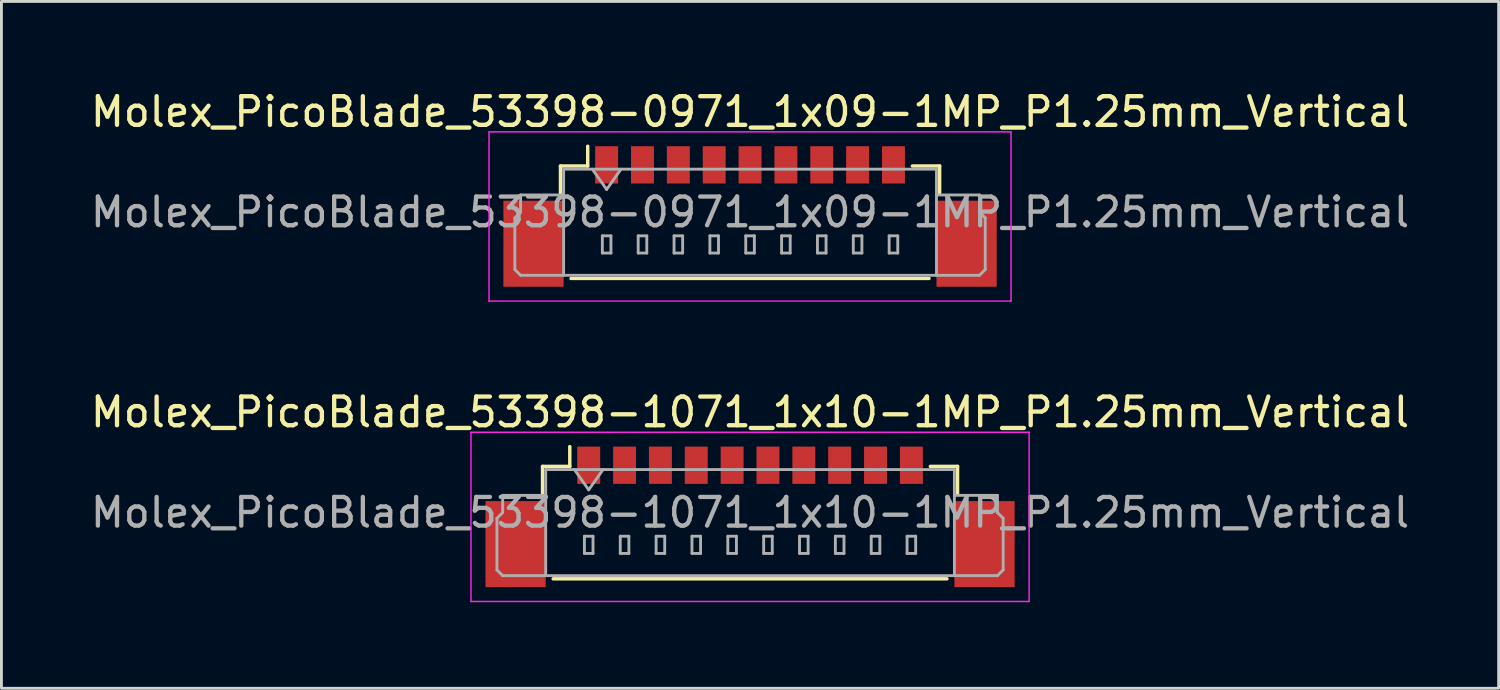
<source format=kicad_pcb>
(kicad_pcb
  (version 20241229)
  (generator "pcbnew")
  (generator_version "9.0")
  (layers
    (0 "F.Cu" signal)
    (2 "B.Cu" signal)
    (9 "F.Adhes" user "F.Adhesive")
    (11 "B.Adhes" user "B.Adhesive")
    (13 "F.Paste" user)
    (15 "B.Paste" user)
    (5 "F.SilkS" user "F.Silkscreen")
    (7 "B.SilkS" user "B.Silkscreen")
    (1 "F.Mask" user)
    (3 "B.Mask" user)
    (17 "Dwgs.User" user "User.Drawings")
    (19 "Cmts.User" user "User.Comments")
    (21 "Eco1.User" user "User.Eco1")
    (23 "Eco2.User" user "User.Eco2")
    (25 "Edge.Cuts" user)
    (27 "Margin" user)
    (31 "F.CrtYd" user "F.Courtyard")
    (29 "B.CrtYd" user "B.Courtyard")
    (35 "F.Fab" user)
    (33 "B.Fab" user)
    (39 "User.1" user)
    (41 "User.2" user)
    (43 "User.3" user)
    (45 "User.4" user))
  (footprint "Molex_PicoBlade_53398-0971_1x09-1MP_P1.25mm_Vertical"
    (layer "F.Cu")
    (at 23.101 3.948)
    (property "Reference" "Molex_PicoBlade_53398-0971_1x09-1MP_P1.25mm_Vertical" (at 0 -3.1 0) (layer "F.SilkS") (effects (font (size 1 1) (thickness 0.15))))
    (attr smd)
    (fp_line (start -6.61 -1.21) (end -5.66 -1.21) (stroke (width 0.12) (type solid)) (layer "F.SilkS"))
    (fp_line (start -6.61 -0.26) (end -6.61 -1.21) (stroke (width 0.12) (type solid)) (layer "F.SilkS"))
    (fp_line (start -6.24 2.71) (end 6.24 2.71) (stroke (width 0.12) (type solid)) (layer "F.SilkS"))
    (fp_line (start -5.66 -1.21) (end -5.66 -1.9) (stroke (width 0.12) (type solid)) (layer "F.SilkS"))
    (fp_line (start 6.61 -1.21) (end 5.66 -1.21) (stroke (width 0.12) (type solid)) (layer "F.SilkS"))
    (fp_line (start 6.61 -0.26) (end 6.61 -1.21) (stroke (width 0.12) (type solid)) (layer "F.SilkS"))
    (fp_line (start -9.1 -2.4) (end -9.1 3.5) (stroke (width 0.05) (type solid)) (layer "F.CrtYd"))
    (fp_line (start -9.1 3.5) (end 9.1 3.5) (stroke (width 0.05) (type solid)) (layer "F.CrtYd"))
    (fp_line (start 9.1 -2.4) (end -9.1 -2.4) (stroke (width 0.05) (type solid)) (layer "F.CrtYd"))
    (fp_line (start 9.1 3.5) (end 9.1 -2.4) (stroke (width 0.05) (type solid)) (layer "F.CrtYd"))
    (fp_line (start -8.2 0.6) (end -8 0.4) (stroke (width 0.1) (type solid)) (layer "F.Fab"))
    (fp_line (start -8.2 2.4) (end -8.2 0.6) (stroke (width 0.1) (type solid)) (layer "F.Fab"))
    (fp_line (start -8 -0.2) (end -6.5 -0.2) (stroke (width 0.1) (type solid)) (layer "F.Fab"))
    (fp_line (start -8 0.4) (end -8 -0.2) (stroke (width 0.1) (type solid)) (layer "F.Fab"))
    (fp_line (start -8 2.6) (end -8.2 2.4) (stroke (width 0.1) (type solid)) (layer "F.Fab"))
    (fp_line (start -6.5 -1.1) (end -6.5 2.6) (stroke (width 0.1) (type solid)) (layer "F.Fab"))
    (fp_line (start -6.5 -1.1) (end 6.5 -1.1) (stroke (width 0.1) (type solid)) (layer "F.Fab"))
    (fp_line (start -6.5 2.6) (end -8 2.6) (stroke (width 0.1) (type solid)) (layer "F.Fab"))
    (fp_line (start -6.5 2.6) (end 6.5 2.6) (stroke (width 0.1) (type solid)) (layer "F.Fab"))
    (fp_line (start -5.5 -1.1) (end -5 -0.393) (stroke (width 0.1) (type solid)) (layer "F.Fab"))
    (fp_line (start -5.15 1.225) (end -5.15 1.825) (stroke (width 0.1) (type solid)) (layer "F.Fab"))
    (fp_line (start -5.15 1.825) (end -4.85 1.825) (stroke (width 0.1) (type solid)) (layer "F.Fab"))
    (fp_line (start -5 -0.393) (end -4.5 -1.1) (stroke (width 0.1) (type solid)) (layer "F.Fab"))
    (fp_line (start -4.85 1.225) (end -5.15 1.225) (stroke (width 0.1) (type solid)) (layer "F.Fab"))
    (fp_line (start -4.85 1.825) (end -4.85 1.225) (stroke (width 0.1) (type solid)) (layer "F.Fab"))
    (fp_line (start -3.9 1.225) (end -3.9 1.825) (stroke (width 0.1) (type solid)) (layer "F.Fab"))
    (fp_line (start -3.9 1.825) (end -3.6 1.825) (stroke (width 0.1) (type solid)) (layer "F.Fab"))
    (fp_line (start -3.6 1.225) (end -3.9 1.225) (stroke (width 0.1) (type solid)) (layer "F.Fab"))
    (fp_line (start -3.6 1.825) (end -3.6 1.225) (stroke (width 0.1) (type solid)) (layer "F.Fab"))
    (fp_line (start -2.65 1.225) (end -2.65 1.825) (stroke (width 0.1) (type solid)) (layer "F.Fab"))
    (fp_line (start -2.65 1.825) (end -2.35 1.825) (stroke (width 0.1) (type solid)) (layer "F.Fab"))
    (fp_line (start -2.35 1.225) (end -2.65 1.225) (stroke (width 0.1) (type solid)) (layer "F.Fab"))
    (fp_line (start -2.35 1.825) (end -2.35 1.225) (stroke (width 0.1) (type solid)) (layer "F.Fab"))
    (fp_line (start -1.4 1.225) (end -1.4 1.825) (stroke (width 0.1) (type solid)) (layer "F.Fab"))
    (fp_line (start -1.4 1.825) (end -1.1 1.825) (stroke (width 0.1) (type solid)) (layer "F.Fab"))
    (fp_line (start -1.1 1.225) (end -1.4 1.225) (stroke (width 0.1) (type solid)) (layer "F.Fab"))
    (fp_line (start -1.1 1.825) (end -1.1 1.225) (stroke (width 0.1) (type solid)) (layer "F.Fab"))
    (fp_line (start -0.15 1.225) (end -0.15 1.825) (stroke (width 0.1) (type solid)) (layer "F.Fab"))
    (fp_line (start -0.15 1.825) (end 0.15 1.825) (stroke (width 0.1) (type solid)) (layer "F.Fab"))
    (fp_line (start 0.15 1.225) (end -0.15 1.225) (stroke (width 0.1) (type solid)) (layer "F.Fab"))
    (fp_line (start 0.15 1.825) (end 0.15 1.225) (stroke (width 0.1) (type solid)) (layer "F.Fab"))
    (fp_line (start 1.1 1.225) (end 1.1 1.825) (stroke (width 0.1) (type solid)) (layer "F.Fab"))
    (fp_line (start 1.1 1.825) (end 1.4 1.825) (stroke (width 0.1) (type solid)) (layer "F.Fab"))
    (fp_line (start 1.4 1.225) (end 1.1 1.225) (stroke (width 0.1) (type solid)) (layer "F.Fab"))
    (fp_line (start 1.4 1.825) (end 1.4 1.225) (stroke (width 0.1) (type solid)) (layer "F.Fab"))
    (fp_line (start 2.35 1.225) (end 2.35 1.825) (stroke (width 0.1) (type solid)) (layer "F.Fab"))
    (fp_line (start 2.35 1.825) (end 2.65 1.825) (stroke (width 0.1) (type solid)) (layer "F.Fab"))
    (fp_line (start 2.65 1.225) (end 2.35 1.225) (stroke (width 0.1) (type solid)) (layer "F.Fab"))
    (fp_line (start 2.65 1.825) (end 2.65 1.225) (stroke (width 0.1) (type solid)) (layer "F.Fab"))
    (fp_line (start 3.6 1.225) (end 3.6 1.825) (stroke (width 0.1) (type solid)) (layer "F.Fab"))
    (fp_line (start 3.6 1.825) (end 3.9 1.825) (stroke (width 0.1) (type solid)) (layer "F.Fab"))
    (fp_line (start 3.9 1.225) (end 3.6 1.225) (stroke (width 0.1) (type solid)) (layer "F.Fab"))
    (fp_line (start 3.9 1.825) (end 3.9 1.225) (stroke (width 0.1) (type solid)) (layer "F.Fab"))
    (fp_line (start 4.85 1.225) (end 4.85 1.825) (stroke (width 0.1) (type solid)) (layer "F.Fab"))
    (fp_line (start 4.85 1.825) (end 5.15 1.825) (stroke (width 0.1) (type solid)) (layer "F.Fab"))
    (fp_line (start 5.15 1.225) (end 4.85 1.225) (stroke (width 0.1) (type solid)) (layer "F.Fab"))
    (fp_line (start 5.15 1.825) (end 5.15 1.225) (stroke (width 0.1) (type solid)) (layer "F.Fab"))
    (fp_line (start 6.5 -1.1) (end 6.5 2.6) (stroke (width 0.1) (type solid)) (layer "F.Fab"))
    (fp_line (start 6.5 2.6) (end 8 2.6) (stroke (width 0.1) (type solid)) (layer "F.Fab"))
    (fp_line (start 8 -0.2) (end 6.5 -0.2) (stroke (width 0.1) (type solid)) (layer "F.Fab"))
    (fp_line (start 8 0.4) (end 8 -0.2) (stroke (width 0.1) (type solid)) (layer "F.Fab"))
    (fp_line (start 8 2.6) (end 8.2 2.4) (stroke (width 0.1) (type solid)) (layer "F.Fab"))
    (fp_line (start 8.2 0.6) (end 8 0.4) (stroke (width 0.1) (type solid)) (layer "F.Fab"))
    (fp_line (start 8.2 2.4) (end 8.2 0.6) (stroke (width 0.1) (type solid)) (layer "F.Fab"))
    (fp_text user "${REFERENCE}" (at 0 0.4 0) (layer "F.Fab") (effects (font (size 1 1) (thickness 0.15))))
    (pad "1" smd rect (at -5 -1.25) (size 0.8 1.3) (layers "F.Cu" "F.Mask" "F.Paste"))
    (pad "2" smd rect (at -3.75 -1.25) (size 0.8 1.3) (layers "F.Cu" "F.Mask" "F.Paste"))
    (pad "3" smd rect (at -2.5 -1.25) (size 0.8 1.3) (layers "F.Cu" "F.Mask" "F.Paste"))
    (pad "4" smd rect (at -1.25 -1.25) (size 0.8 1.3) (layers "F.Cu" "F.Mask" "F.Paste"))
    (pad "5" smd rect (at 0 -1.25) (size 0.8 1.3) (layers "F.Cu" "F.Mask" "F.Paste"))
    (pad "6" smd rect (at 1.25 -1.25) (size 0.8 1.3) (layers "F.Cu" "F.Mask" "F.Paste"))
    (pad "7" smd rect (at 2.5 -1.25) (size 0.8 1.3) (layers "F.Cu" "F.Mask" "F.Paste"))
    (pad "8" smd rect (at 3.75 -1.25) (size 0.8 1.3) (layers "F.Cu" "F.Mask" "F.Paste"))
    (pad "9" smd rect (at 5 -1.25) (size 0.8 1.3) (layers "F.Cu" "F.Mask" "F.Paste"))
    (pad "MP" smd rect (at -7.55 1.5) (size 2.1 3) (layers "F.Cu" "F.Mask" "F.Paste"))
    (pad "MP" smd rect (at 7.55 1.5) (size 2.1 3) (layers "F.Cu" "F.Mask" "F.Paste")))
  (footprint "Molex_PicoBlade_53398-1071_1x10-1MP_P1.25mm_Vertical"
    (layer "F.Cu")
    (at 23.101 14.421)
    (property "Reference" "Molex_PicoBlade_53398-1071_1x10-1MP_P1.25mm_Vertical" (at 0 -3.1 0) (layer "F.SilkS") (effects (font (size 1 1) (thickness 0.15))))
    (attr smd)
    (fp_line (start -7.235 -1.21) (end -6.285 -1.21) (stroke (width 0.12) (type solid)) (layer "F.SilkS"))
    (fp_line (start -7.235 -0.26) (end -7.235 -1.21) (stroke (width 0.12) (type solid)) (layer "F.SilkS"))
    (fp_line (start -6.865 2.71) (end 6.865 2.71) (stroke (width 0.12) (type solid)) (layer "F.SilkS"))
    (fp_line (start -6.285 -1.21) (end -6.285 -1.9) (stroke (width 0.12) (type solid)) (layer "F.SilkS"))
    (fp_line (start 7.235 -1.21) (end 6.285 -1.21) (stroke (width 0.12) (type solid)) (layer "F.SilkS"))
    (fp_line (start 7.235 -0.26) (end 7.235 -1.21) (stroke (width 0.12) (type solid)) (layer "F.SilkS"))
    (fp_line (start -9.73 -2.4) (end -9.73 3.5) (stroke (width 0.05) (type solid)) (layer "F.CrtYd"))
    (fp_line (start -9.73 3.5) (end 9.73 3.5) (stroke (width 0.05) (type solid)) (layer "F.CrtYd"))
    (fp_line (start 9.73 -2.4) (end -9.73 -2.4) (stroke (width 0.05) (type solid)) (layer "F.CrtYd"))
    (fp_line (start 9.73 3.5) (end 9.73 -2.4) (stroke (width 0.05) (type solid)) (layer "F.CrtYd"))
    (fp_line (start -8.825 0.6) (end -8.625 0.4) (stroke (width 0.1) (type solid)) (layer "F.Fab"))
    (fp_line (start -8.825 2.4) (end -8.825 0.6) (stroke (width 0.1) (type solid)) (layer "F.Fab"))
    (fp_line (start -8.625 -0.2) (end -7.125 -0.2) (stroke (width 0.1) (type solid)) (layer "F.Fab"))
    (fp_line (start -8.625 0.4) (end -8.625 -0.2) (stroke (width 0.1) (type solid)) (layer "F.Fab"))
    (fp_line (start -8.625 2.6) (end -8.825 2.4) (stroke (width 0.1) (type solid)) (layer "F.Fab"))
    (fp_line (start -7.125 -1.1) (end -7.125 2.6) (stroke (width 0.1) (type solid)) (layer "F.Fab"))
    (fp_line (start -7.125 -1.1) (end 7.125 -1.1) (stroke (width 0.1) (type solid)) (layer "F.Fab"))
    (fp_line (start -7.125 2.6) (end -8.625 2.6) (stroke (width 0.1) (type solid)) (layer "F.Fab"))
    (fp_line (start -7.125 2.6) (end 7.125 2.6) (stroke (width 0.1) (type solid)) (layer "F.Fab"))
    (fp_line (start -6.125 -1.1) (end -5.625 -0.393) (stroke (width 0.1) (type solid)) (layer "F.Fab"))
    (fp_line (start -5.775 1.225) (end -5.775 1.825) (stroke (width 0.1) (type solid)) (layer "F.Fab"))
    (fp_line (start -5.775 1.825) (end -5.475 1.825) (stroke (width 0.1) (type solid)) (layer "F.Fab"))
    (fp_line (start -5.625 -0.393) (end -5.125 -1.1) (stroke (width 0.1) (type solid)) (layer "F.Fab"))
    (fp_line (start -5.475 1.225) (end -5.775 1.225) (stroke (width 0.1) (type solid)) (layer "F.Fab"))
    (fp_line (start -5.475 1.825) (end -5.475 1.225) (stroke (width 0.1) (type solid)) (layer "F.Fab"))
    (fp_line (start -4.525 1.225) (end -4.525 1.825) (stroke (width 0.1) (type solid)) (layer "F.Fab"))
    (fp_line (start -4.525 1.825) (end -4.225 1.825) (stroke (width 0.1) (type solid)) (layer "F.Fab"))
    (fp_line (start -4.225 1.225) (end -4.525 1.225) (stroke (width 0.1) (type solid)) (layer "F.Fab"))
    (fp_line (start -4.225 1.825) (end -4.225 1.225) (stroke (width 0.1) (type solid)) (layer "F.Fab"))
    (fp_line (start -3.275 1.225) (end -3.275 1.825) (stroke (width 0.1) (type solid)) (layer "F.Fab"))
    (fp_line (start -3.275 1.825) (end -2.975 1.825) (stroke (width 0.1) (type solid)) (layer "F.Fab"))
    (fp_line (start -2.975 1.225) (end -3.275 1.225) (stroke (width 0.1) (type solid)) (layer "F.Fab"))
    (fp_line (start -2.975 1.825) (end -2.975 1.225) (stroke (width 0.1) (type solid)) (layer "F.Fab"))
    (fp_line (start -2.025 1.225) (end -2.025 1.825) (stroke (width 0.1) (type solid)) (layer "F.Fab"))
    (fp_line (start -2.025 1.825) (end -1.725 1.825) (stroke (width 0.1) (type solid)) (layer "F.Fab"))
    (fp_line (start -1.725 1.225) (end -2.025 1.225) (stroke (width 0.1) (type solid)) (layer "F.Fab"))
    (fp_line (start -1.725 1.825) (end -1.725 1.225) (stroke (width 0.1) (type solid)) (layer "F.Fab"))
    (fp_line (start -0.775 1.225) (end -0.775 1.825) (stroke (width 0.1) (type solid)) (layer "F.Fab"))
    (fp_line (start -0.775 1.825) (end -0.475 1.825) (stroke (width 0.1) (type solid)) (layer "F.Fab"))
    (fp_line (start -0.475 1.225) (end -0.775 1.225) (stroke (width 0.1) (type solid)) (layer "F.Fab"))
    (fp_line (start -0.475 1.825) (end -0.475 1.225) (stroke (width 0.1) (type solid)) (layer "F.Fab"))
    (fp_line (start 0.475 1.225) (end 0.475 1.825) (stroke (width 0.1) (type solid)) (layer "F.Fab"))
    (fp_line (start 0.475 1.825) (end 0.775 1.825) (stroke (width 0.1) (type solid)) (layer "F.Fab"))
    (fp_line (start 0.775 1.225) (end 0.475 1.225) (stroke (width 0.1) (type solid)) (layer "F.Fab"))
    (fp_line (start 0.775 1.825) (end 0.775 1.225) (stroke (width 0.1) (type solid)) (layer "F.Fab"))
    (fp_line (start 1.725 1.225) (end 1.725 1.825) (stroke (width 0.1) (type solid)) (layer "F.Fab"))
    (fp_line (start 1.725 1.825) (end 2.025 1.825) (stroke (width 0.1) (type solid)) (layer "F.Fab"))
    (fp_line (start 2.025 1.225) (end 1.725 1.225) (stroke (width 0.1) (type solid)) (layer "F.Fab"))
    (fp_line (start 2.025 1.825) (end 2.025 1.225) (stroke (width 0.1) (type solid)) (layer "F.Fab"))
    (fp_line (start 2.975 1.225) (end 2.975 1.825) (stroke (width 0.1) (type solid)) (layer "F.Fab"))
    (fp_line (start 2.975 1.825) (end 3.275 1.825) (stroke (width 0.1) (type solid)) (layer "F.Fab"))
    (fp_line (start 3.275 1.225) (end 2.975 1.225) (stroke (width 0.1) (type solid)) (layer "F.Fab"))
    (fp_line (start 3.275 1.825) (end 3.275 1.225) (stroke (width 0.1) (type solid)) (layer "F.Fab"))
    (fp_line (start 4.225 1.225) (end 4.225 1.825) (stroke (width 0.1) (type solid)) (layer "F.Fab"))
    (fp_line (start 4.225 1.825) (end 4.525 1.825) (stroke (width 0.1) (type solid)) (layer "F.Fab"))
    (fp_line (start 4.525 1.225) (end 4.225 1.225) (stroke (width 0.1) (type solid)) (layer "F.Fab"))
    (fp_line (start 4.525 1.825) (end 4.525 1.225) (stroke (width 0.1) (type solid)) (layer "F.Fab"))
    (fp_line (start 5.475 1.225) (end 5.475 1.825) (stroke (width 0.1) (type solid)) (layer "F.Fab"))
    (fp_line (start 5.475 1.825) (end 5.775 1.825) (stroke (width 0.1) (type solid)) (layer "F.Fab"))
    (fp_line (start 5.775 1.225) (end 5.475 1.225) (stroke (width 0.1) (type solid)) (layer "F.Fab"))
    (fp_line (start 5.775 1.825) (end 5.775 1.225) (stroke (width 0.1) (type solid)) (layer "F.Fab"))
    (fp_line (start 7.125 -1.1) (end 7.125 2.6) (stroke (width 0.1) (type solid)) (layer "F.Fab"))
    (fp_line (start 7.125 2.6) (end 8.625 2.6) (stroke (width 0.1) (type solid)) (layer "F.Fab"))
    (fp_line (start 8.625 -0.2) (end 7.125 -0.2) (stroke (width 0.1) (type solid)) (layer "F.Fab"))
    (fp_line (start 8.625 0.4) (end 8.625 -0.2) (stroke (width 0.1) (type solid)) (layer "F.Fab"))
    (fp_line (start 8.625 2.6) (end 8.825 2.4) (stroke (width 0.1) (type solid)) (layer "F.Fab"))
    (fp_line (start 8.825 0.6) (end 8.625 0.4) (stroke (width 0.1) (type solid)) (layer "F.Fab"))
    (fp_line (start 8.825 2.4) (end 8.825 0.6) (stroke (width 0.1) (type solid)) (layer "F.Fab"))
    (fp_text user "${REFERENCE}" (at 0 0.4 0) (layer "F.Fab") (effects (font (size 1 1) (thickness 0.15))))
    (pad "1" smd rect (at -5.625 -1.25) (size 0.8 1.3) (layers "F.Cu" "F.Mask" "F.Paste"))
    (pad "2" smd rect (at -4.375 -1.25) (size 0.8 1.3) (layers "F.Cu" "F.Mask" "F.Paste"))
    (pad "3" smd rect (at -3.125 -1.25) (size 0.8 1.3) (layers "F.Cu" "F.Mask" "F.Paste"))
    (pad "4" smd rect (at -1.875 -1.25) (size 0.8 1.3) (layers "F.Cu" "F.Mask" "F.Paste"))
    (pad "5" smd rect (at -0.625 -1.25) (size 0.8 1.3) (layers "F.Cu" "F.Mask" "F.Paste"))
    (pad "6" smd rect (at 0.625 -1.25) (size 0.8 1.3) (layers "F.Cu" "F.Mask" "F.Paste"))
    (pad "7" smd rect (at 1.875 -1.25) (size 0.8 1.3) (layers "F.Cu" "F.Mask" "F.Paste"))
    (pad "8" smd rect (at 3.125 -1.25) (size 0.8 1.3) (layers "F.Cu" "F.Mask" "F.Paste"))
    (pad "9" smd rect (at 4.375 -1.25) (size 0.8 1.3) (layers "F.Cu" "F.Mask" "F.Paste"))
    (pad "10" smd rect (at 5.625 -1.25) (size 0.8 1.3) (layers "F.Cu" "F.Mask" "F.Paste"))
    (pad "MP" smd rect (at -8.175 1.5) (size 2.1 3) (layers "F.Cu" "F.Mask" "F.Paste"))
    (pad "MP" smd rect (at 8.175 1.5) (size 2.1 3) (layers "F.Cu" "F.Mask" "F.Paste")))
  (gr_rect
    (start -3 -3)
    (end 49.202 20.947)
    (stroke (width 0.1) (type default))
    (fill no)
    (layer "Edge.Cuts")))
</source>
